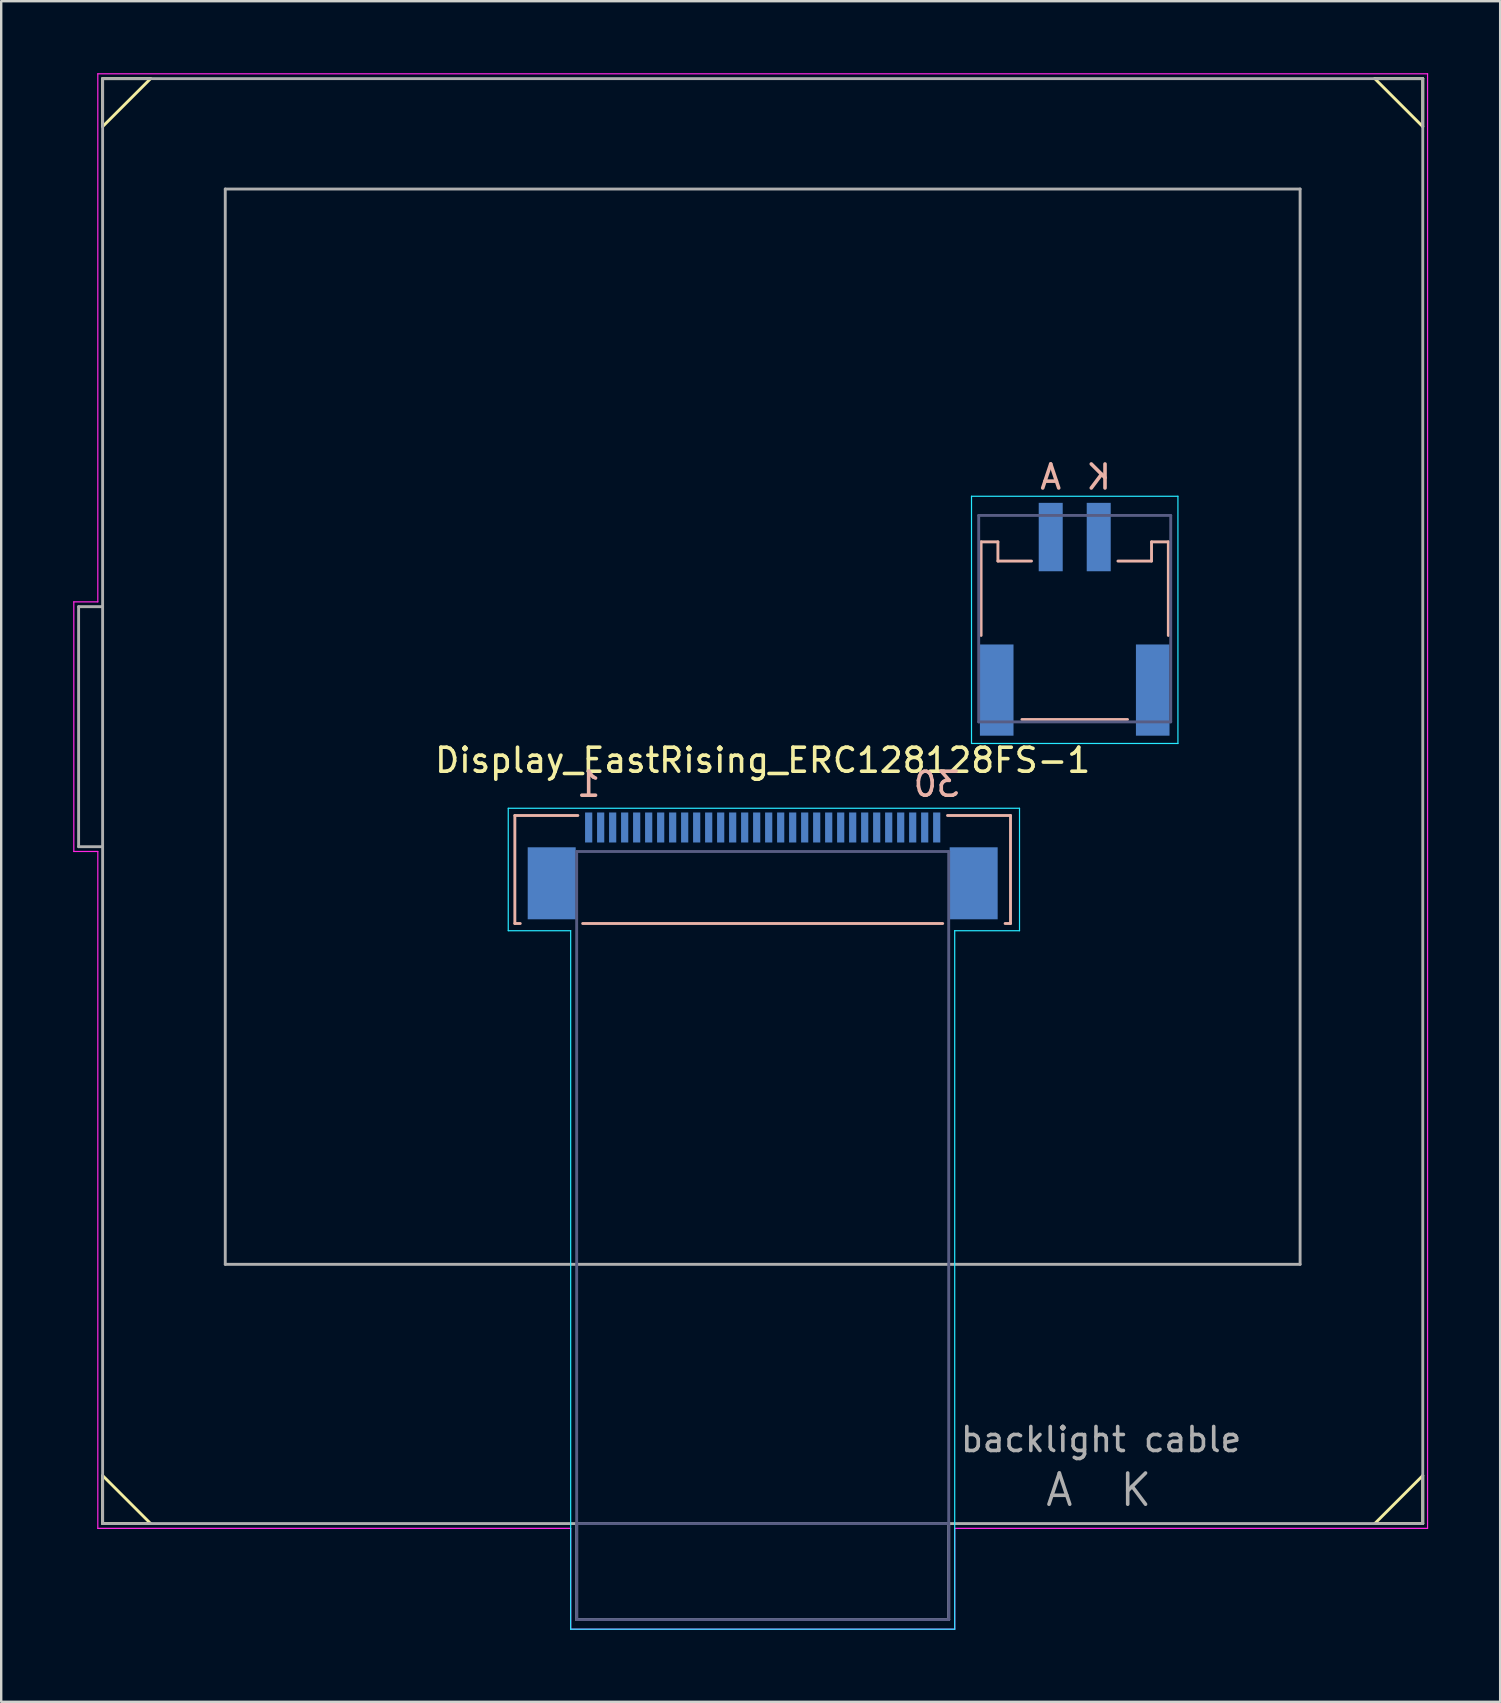
<source format=kicad_pcb>
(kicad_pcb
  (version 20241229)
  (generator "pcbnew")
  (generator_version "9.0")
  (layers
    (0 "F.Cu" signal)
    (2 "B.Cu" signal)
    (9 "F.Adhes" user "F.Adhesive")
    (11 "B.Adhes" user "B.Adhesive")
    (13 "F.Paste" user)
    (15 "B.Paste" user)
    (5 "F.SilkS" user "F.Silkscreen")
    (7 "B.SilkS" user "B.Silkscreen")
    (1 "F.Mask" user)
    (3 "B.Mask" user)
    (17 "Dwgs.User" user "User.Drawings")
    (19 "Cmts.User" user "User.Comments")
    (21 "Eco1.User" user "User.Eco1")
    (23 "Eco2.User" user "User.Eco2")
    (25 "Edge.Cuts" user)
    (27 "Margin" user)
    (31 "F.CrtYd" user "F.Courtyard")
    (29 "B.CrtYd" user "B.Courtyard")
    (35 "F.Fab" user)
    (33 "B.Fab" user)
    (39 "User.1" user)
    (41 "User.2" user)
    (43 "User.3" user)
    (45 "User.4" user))
  (footprint "Display_EastRising_ERC128128FS-1"
    (layer "F.Cu")
    (at 28.725 30.325)
    (property "Reference" "Display_EastRising_ERC128128FS-1" (at 0 -1.7 0) (layer "F.SilkS") (effects (font (size 1 1) (thickness 0.15))))
    (attr through_hole)
    (fp_line (start -27.5 -30.1) (end -25.5 -30.1) (stroke (width 0.12) (type solid)) (layer "F.SilkS"))
    (fp_line (start -27.5 -28.1) (end -27.5 -30.1) (stroke (width 0.12) (type solid)) (layer "F.SilkS"))
    (fp_line (start -27.5 28.1) (end -25.5 30.1) (stroke (width 0.12) (type solid)) (layer "F.SilkS"))
    (fp_line (start -27.5 30.1) (end -27.5 28.1) (stroke (width 0.12) (type solid)) (layer "F.SilkS"))
    (fp_line (start -25.5 -30.1) (end -27.5 -28.1) (stroke (width 0.12) (type solid)) (layer "F.SilkS"))
    (fp_line (start -25.5 30.1) (end -27.5 30.1) (stroke (width 0.12) (type solid)) (layer "F.SilkS"))
    (fp_line (start 25.5 -30.1) (end 27.5 -30.1) (stroke (width 0.12) (type solid)) (layer "F.SilkS"))
    (fp_line (start 25.5 30.1) (end 27.5 28.1) (stroke (width 0.12) (type solid)) (layer "F.SilkS"))
    (fp_line (start 27.5 -30.1) (end 27.5 -28.1) (stroke (width 0.12) (type solid)) (layer "F.SilkS"))
    (fp_line (start 27.5 -28.1) (end 25.5 -30.1) (stroke (width 0.12) (type solid)) (layer "F.SilkS"))
    (fp_line (start 27.5 28.1) (end 27.5 30.1) (stroke (width 0.12) (type solid)) (layer "F.SilkS"))
    (fp_line (start 27.5 30.1) (end 25.5 30.1) (stroke (width 0.12) (type solid)) (layer "F.SilkS"))
    (fp_line (start -10.325 0.6) (end -7.7 0.6) (stroke (width 0.12) (type solid)) (layer "B.SilkS"))
    (fp_line (start -10.325 5.1) (end -10.325 0.6) (stroke (width 0.12) (type solid)) (layer "B.SilkS"))
    (fp_line (start -10.325 5.1) (end -10.1 5.1) (stroke (width 0.12) (type solid)) (layer "B.SilkS"))
    (fp_line (start -7.5 5.1) (end 7.5 5.1) (stroke (width 0.12) (type solid)) (layer "B.SilkS"))
    (fp_line (start 9.1 -6.9) (end 9.1 -10.8) (stroke (width 0.12) (type solid)) (layer "B.SilkS"))
    (fp_line (start 9.8 -10.8) (end 9.1 -10.8) (stroke (width 0.12) (type solid)) (layer "B.SilkS"))
    (fp_line (start 9.8 -10) (end 9.8 -10.8) (stroke (width 0.12) (type solid)) (layer "B.SilkS"))
    (fp_line (start 10.1 5.1) (end 10.325 5.1) (stroke (width 0.12) (type solid)) (layer "B.SilkS"))
    (fp_line (start 10.325 0.6) (end 7.7 0.6) (stroke (width 0.12) (type solid)) (layer "B.SilkS"))
    (fp_line (start 10.325 5.1) (end 10.325 0.6) (stroke (width 0.12) (type solid)) (layer "B.SilkS"))
    (fp_line (start 11.2 -10) (end 9.8 -10) (stroke (width 0.12) (type solid)) (layer "B.SilkS"))
    (fp_line (start 14.8 -10) (end 16.2 -10) (stroke (width 0.12) (type solid)) (layer "B.SilkS"))
    (fp_line (start 15.2 -3.4) (end 10.8 -3.4) (stroke (width 0.12) (type solid)) (layer "B.SilkS"))
    (fp_line (start 16.2 -10.8) (end 16.9 -10.8) (stroke (width 0.12) (type solid)) (layer "B.SilkS"))
    (fp_line (start 16.2 -10) (end 16.2 -10.8) (stroke (width 0.12) (type solid)) (layer "B.SilkS"))
    (fp_line (start 16.9 -10.8) (end 16.9 -6.9) (stroke (width 0.12) (type solid)) (layer "B.SilkS"))
    (fp_line (start -10.6 0.3) (end 10.7 0.3) (stroke (width 0.05) (type solid)) (layer "B.CrtYd"))
    (fp_line (start -10.6 5.4) (end -10.6 0.3) (stroke (width 0.05) (type solid)) (layer "B.CrtYd"))
    (fp_line (start -8 5.4) (end -10.6 5.4) (stroke (width 0.05) (type solid)) (layer "B.CrtYd"))
    (fp_line (start -8 5.4) (end -8 34.5) (stroke (width 0.05) (type solid)) (layer "B.CrtYd"))
    (fp_line (start -8 34.5) (end 8 34.5) (stroke (width 0.05) (type solid)) (layer "B.CrtYd"))
    (fp_line (start 8 34.5) (end 8 5.4) (stroke (width 0.05) (type solid)) (layer "B.CrtYd"))
    (fp_line (start 8.7 -12.7) (end 17.3 -12.7) (stroke (width 0.05) (type solid)) (layer "B.CrtYd"))
    (fp_line (start 8.7 -2.4) (end 8.7 -12.7) (stroke (width 0.05) (type solid)) (layer "B.CrtYd"))
    (fp_line (start 10.7 0.3) (end 10.7 5.4) (stroke (width 0.05) (type solid)) (layer "B.CrtYd"))
    (fp_line (start 10.7 5.4) (end 8 5.4) (stroke (width 0.05) (type solid)) (layer "B.CrtYd"))
    (fp_line (start 17.3 -12.7) (end 17.3 -2.4) (stroke (width 0.05) (type solid)) (layer "B.CrtYd"))
    (fp_line (start 17.3 -2.4) (end 8.7 -2.4) (stroke (width 0.05) (type solid)) (layer "B.CrtYd"))
    (fp_line (start -28.7 -8.3) (end -27.7 -8.3) (stroke (width 0.05) (type solid)) (layer "F.CrtYd"))
    (fp_line (start -28.7 2.1) (end -28.7 -8.3) (stroke (width 0.05) (type solid)) (layer "F.CrtYd"))
    (fp_line (start -27.7 -30.3) (end 27.7 -30.3) (stroke (width 0.05) (type solid)) (layer "F.CrtYd"))
    (fp_line (start -27.7 -8.3) (end -27.7 -30.3) (stroke (width 0.05) (type solid)) (layer "F.CrtYd"))
    (fp_line (start -27.7 2.1) (end -28.7 2.1) (stroke (width 0.05) (type solid)) (layer "F.CrtYd"))
    (fp_line (start -27.7 30.3) (end -27.7 2.1) (stroke (width 0.05) (type solid)) (layer "F.CrtYd"))
    (fp_line (start -8 30.3) (end -27.7 30.3) (stroke (width 0.05) (type solid)) (layer "F.CrtYd"))
    (fp_line (start -8 34.5) (end -8 30.3) (stroke (width 0.05) (type solid)) (layer "F.CrtYd"))
    (fp_line (start 8 30.3) (end 8 34.5) (stroke (width 0.05) (type solid)) (layer "F.CrtYd"))
    (fp_line (start 8 34.5) (end -8 34.5) (stroke (width 0.05) (type solid)) (layer "F.CrtYd"))
    (fp_line (start 27.7 -30.3) (end 27.7 30.3) (stroke (width 0.05) (type solid)) (layer "F.CrtYd"))
    (fp_line (start 27.7 30.3) (end 8 30.3) (stroke (width 0.05) (type solid)) (layer "F.CrtYd"))
    (fp_line (start -7.75 2.1) (end 7.75 2.1) (stroke (width 0.12) (type solid)) (layer "B.Fab"))
    (fp_line (start -7.75 34.1) (end -7.75 2.1) (stroke (width 0.12) (type solid)) (layer "B.Fab"))
    (fp_line (start 7.75 2.1) (end 7.75 34.1) (stroke (width 0.12) (type solid)) (layer "B.Fab"))
    (fp_line (start 7.75 30.1) (end -7.75 30.1) (stroke (width 0.12) (type solid)) (layer "B.Fab"))
    (fp_line (start 7.75 34.1) (end -7.75 34.1) (stroke (width 0.12) (type solid)) (layer "B.Fab"))
    (fp_line (start 9 -11.9) (end 17 -11.9) (stroke (width 0.12) (type solid)) (layer "B.Fab"))
    (fp_line (start 9 -3.3) (end 9 -11.9) (stroke (width 0.12) (type solid)) (layer "B.Fab"))
    (fp_line (start 17 -11.9) (end 17 -3.3) (stroke (width 0.12) (type solid)) (layer "B.Fab"))
    (fp_line (start 17 -3.3) (end 9 -3.3) (stroke (width 0.12) (type solid)) (layer "B.Fab"))
    (fp_line (start -28.5 -8.1) (end -28.5 1.9) (stroke (width 0.12) (type solid)) (layer "F.Fab"))
    (fp_line (start -28.5 1.9) (end -27.5 1.9) (stroke (width 0.12) (type solid)) (layer "F.Fab"))
    (fp_line (start -27.5 -30.1) (end 27.5 -30.1) (stroke (width 0.12) (type solid)) (layer "F.Fab"))
    (fp_line (start -27.5 -8.1) (end -28.5 -8.1) (stroke (width 0.12) (type solid)) (layer "F.Fab"))
    (fp_line (start -27.5 30.1) (end -27.5 -30.1) (stroke (width 0.12) (type solid)) (layer "F.Fab"))
    (fp_line (start -22.39 -25.5) (end 22.39 -25.5) (stroke (width 0.12) (type solid)) (layer "F.Fab"))
    (fp_line (start -22.39 19.3) (end -22.39 -25.5) (stroke (width 0.12) (type solid)) (layer "F.Fab"))
    (fp_line (start -7.75 34.1) (end -7.75 30.1) (stroke (width 0.12) (type solid)) (layer "F.Fab"))
    (fp_line (start 7.75 30.1) (end 7.75 34.1) (stroke (width 0.12) (type solid)) (layer "F.Fab"))
    (fp_line (start 7.75 34.1) (end -7.75 34.1) (stroke (width 0.12) (type solid)) (layer "F.Fab"))
    (fp_line (start 22.39 -25.5) (end 22.39 19.3) (stroke (width 0.12) (type solid)) (layer "F.Fab"))
    (fp_line (start 22.39 19.3) (end -22.39 19.3) (stroke (width 0.12) (type solid)) (layer "F.Fab"))
    (fp_line (start 27.5 -30.1) (end 27.5 30.1) (stroke (width 0.12) (type solid)) (layer "F.Fab"))
    (fp_line (start 27.5 30.1) (end -27.5 30.1) (stroke (width 0.12) (type solid)) (layer "F.Fab"))
    (fp_text user "K" (at 14 -13.5 0) (layer "B.SilkS") (effects (font (size 1 1) (thickness 0.15)) (justify mirror)))
    (fp_text user "1" (at -7.25 -0.7 180) (layer "B.SilkS") (effects (font (size 1 1) (thickness 0.15)) (justify mirror)))
    (fp_text user "30" (at 7.25 -0.7 0) (layer "B.SilkS") (effects (font (size 1 1) (thickness 0.15)) (justify mirror)))
    (fp_text user "A" (at 12 -13.5 0) (layer "B.SilkS") (effects (font (size 1 1) (thickness 0.15)) (justify mirror)))
    (fp_text user "A  K" (at 14 28.7 0) (layer "F.Fab") (effects (font (size 1.3 1.3) (thickness 0.15))))
    (fp_text user "backlight cable" (at 14.1 26.6 0) (layer "F.Fab") (effects (font (size 1 1) (thickness 0.15))))
    (pad "1" smd rect (at -7.25 1.1) (size 0.3 1.25) (layers "B.Cu" "B.Mask" "B.Paste"))
    (pad "2" smd rect (at -6.75 1.1) (size 0.3 1.25) (layers "B.Cu" "B.Mask" "B.Paste"))
    (pad "3" smd rect (at -6.25 1.1) (size 0.3 1.25) (layers "B.Cu" "B.Mask" "B.Paste"))
    (pad "4" smd rect (at -5.75 1.1) (size 0.3 1.25) (layers "B.Cu" "B.Mask" "B.Paste"))
    (pad "5" smd rect (at -5.25 1.1) (size 0.3 1.25) (layers "B.Cu" "B.Mask" "B.Paste"))
    (pad "6" smd rect (at -4.75 1.1) (size 0.3 1.25) (layers "B.Cu" "B.Mask" "B.Paste"))
    (pad "7" smd rect (at -4.25 1.1) (size 0.3 1.25) (layers "B.Cu" "B.Mask" "B.Paste"))
    (pad "8" smd rect (at -3.75 1.1) (size 0.3 1.25) (layers "B.Cu" "B.Mask" "B.Paste"))
    (pad "9" smd rect (at -3.25 1.1) (size 0.3 1.25) (layers "B.Cu" "B.Mask" "B.Paste"))
    (pad "10" smd rect (at -2.75 1.1) (size 0.3 1.25) (layers "B.Cu" "B.Mask" "B.Paste"))
    (pad "11" smd rect (at -2.25 1.1) (size 0.3 1.25) (layers "B.Cu" "B.Mask" "B.Paste"))
    (pad "12" smd rect (at -1.75 1.1) (size 0.3 1.25) (layers "B.Cu" "B.Mask" "B.Paste"))
    (pad "13" smd rect (at -1.25 1.1) (size 0.3 1.25) (layers "B.Cu" "B.Mask" "B.Paste"))
    (pad "14" smd rect (at -0.75 1.1) (size 0.3 1.25) (layers "B.Cu" "B.Mask" "B.Paste"))
    (pad "15" smd rect (at -0.25 1.1) (size 0.3 1.25) (layers "B.Cu" "B.Mask" "B.Paste"))
    (pad "16" smd rect (at 0.25 1.1) (size 0.3 1.25) (layers "B.Cu" "B.Mask" "B.Paste"))
    (pad "17" smd rect (at 0.75 1.1) (size 0.3 1.25) (layers "B.Cu" "B.Mask" "B.Paste"))
    (pad "18" smd rect (at 1.25 1.1) (size 0.3 1.25) (layers "B.Cu" "B.Mask" "B.Paste"))
    (pad "19" smd rect (at 1.75 1.1) (size 0.3 1.25) (layers "B.Cu" "B.Mask" "B.Paste"))
    (pad "20" smd rect (at 2.25 1.1) (size 0.3 1.25) (layers "B.Cu" "B.Mask" "B.Paste"))
    (pad "21" smd rect (at 2.75 1.1) (size 0.3 1.25) (layers "B.Cu" "B.Mask" "B.Paste"))
    (pad "22" smd rect (at 3.25 1.1) (size 0.3 1.25) (layers "B.Cu" "B.Mask" "B.Paste"))
    (pad "23" smd rect (at 3.75 1.1) (size 0.3 1.25) (layers "B.Cu" "B.Mask" "B.Paste"))
    (pad "24" smd rect (at 4.25 1.1) (size 0.3 1.25) (layers "B.Cu" "B.Mask" "B.Paste"))
    (pad "25" smd rect (at 4.75 1.1) (size 0.3 1.25) (layers "B.Cu" "B.Mask" "B.Paste"))
    (pad "26" smd rect (at 5.25 1.1) (size 0.3 1.25) (layers "B.Cu" "B.Mask" "B.Paste"))
    (pad "27" smd rect (at 5.75 1.1) (size 0.3 1.25) (layers "B.Cu" "B.Mask" "B.Paste"))
    (pad "28" smd rect (at 6.25 1.1) (size 0.3 1.25) (layers "B.Cu" "B.Mask" "B.Paste"))
    (pad "29" smd rect (at 6.75 1.1) (size 0.3 1.25) (layers "B.Cu" "B.Mask" "B.Paste"))
    (pad "30" smd rect (at 7.25 1.1) (size 0.3 1.25) (layers "B.Cu" "B.Mask" "B.Paste"))
    (pad "31" smd rect (at -8.79 3.425) (size 2 3) (layers "B.Cu" "B.Mask" "B.Paste"))
    (pad "32" smd rect (at 8.79 3.425) (size 2 3) (layers "B.Cu" "B.Mask" "B.Paste"))
    (pad "33" smd rect (at 9.75 -4.625) (size 1.4 3.8) (layers "B.Cu" "B.Mask" "B.Paste"))
    (pad "34" smd rect (at 16.25 -4.625) (size 1.4 3.8) (layers "B.Cu" "B.Mask" "B.Paste"))
    (pad "A" smd rect (at 12 -11) (size 1 2.85) (layers "B.Cu" "B.Mask" "B.Paste"))
    (pad "K" smd rect (at 14 -11) (size 1 2.85) (layers "B.Cu" "B.Mask" "B.Paste")))
  (gr_rect
    (start -3 -3)
    (end 59.45 67.85)
    (stroke (width 0.1) (type default))
    (fill no)
    (layer "Edge.Cuts")))
</source>
